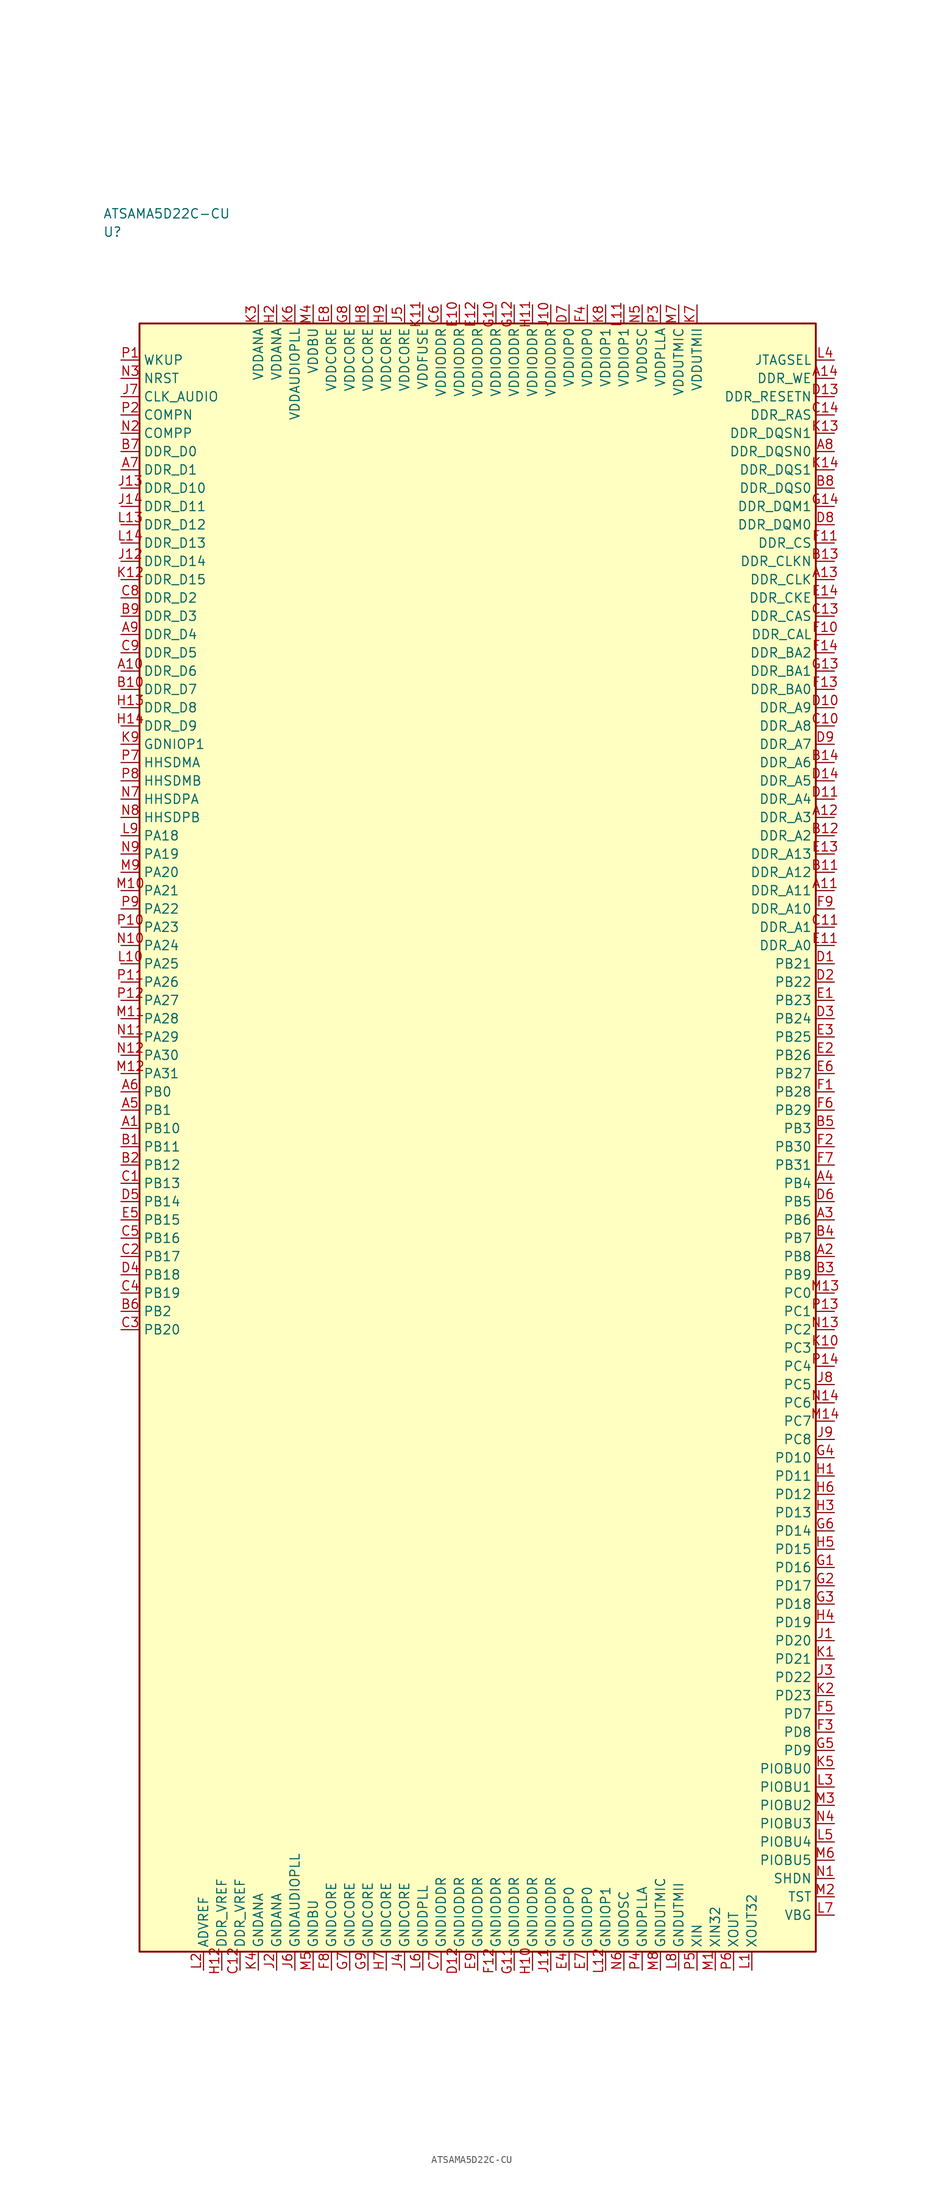
<source format=kicad_sym>
(kicad_symbol_lib
  (version 20241025)
  (generator "kicad_symbol_editor")
  (generator_version "8.0")
  (symbol "ATSAMA5D22C-CU"
    (property "Reference" "U"
      (at -51.25 123.75 0)
      (effects (font (size 1.27 1.27)) (justify left)))
    (property "Value" "ATSAMA5D22C-CU"
      (at -51.25 126.25 0)
      (effects (font (size 1.27 1.27)) (justify left)))
    (symbol "ATSAMA5D22C-CU_0_1"
      (rectangle (start -46.25 111.25) (end 46.25 -111.25) (stroke (width 0.254) (type default)) (fill (type background))))
    (symbol "ATSAMA5D22C-CU_1_1"
      (pin bidirectional line (at -48.79 41.25 0.0) (length 2.54) (name "PA18" (effects (font (size 1.27 1.27)))) (number "L9" (effects (font (size 1.27 1.27)))))
      (pin bidirectional line (at -48.79 38.75 0.0) (length 2.54) (name "PA19" (effects (font (size 1.27 1.27)))) (number "N9" (effects (font (size 1.27 1.27)))))
      (pin bidirectional line (at -48.79 36.25 0.0) (length 2.54) (name "PA20" (effects (font (size 1.27 1.27)))) (number "M9" (effects (font (size 1.27 1.27)))))
      (pin bidirectional line (at -48.79 33.75 0.0) (length 2.54) (name "PA21" (effects (font (size 1.27 1.27)))) (number "M10" (effects (font (size 1.27 1.27)))))
      (pin bidirectional line (at -48.79 31.25 0.0) (length 2.54) (name "PA22" (effects (font (size 1.27 1.27)))) (number "P9" (effects (font (size 1.27 1.27)))))
      (pin bidirectional line (at -48.79 28.75 0.0) (length 2.54) (name "PA23" (effects (font (size 1.27 1.27)))) (number "P10" (effects (font (size 1.27 1.27)))))
      (pin bidirectional line (at -48.79 26.25 0.0) (length 2.54) (name "PA24" (effects (font (size 1.27 1.27)))) (number "N10" (effects (font (size 1.27 1.27)))))
      (pin bidirectional line (at -48.79 23.75 0.0) (length 2.54) (name "PA25" (effects (font (size 1.27 1.27)))) (number "L10" (effects (font (size 1.27 1.27)))))
      (pin bidirectional line (at -48.79 21.25 0.0) (length 2.54) (name "PA26" (effects (font (size 1.27 1.27)))) (number "P11" (effects (font (size 1.27 1.27)))))
      (pin bidirectional line (at -48.79 18.75 0.0) (length 2.54) (name "PA27" (effects (font (size 1.27 1.27)))) (number "P12" (effects (font (size 1.27 1.27)))))
      (pin bidirectional line (at -48.79 16.25 0.0) (length 2.54) (name "PA28" (effects (font (size 1.27 1.27)))) (number "M11" (effects (font (size 1.27 1.27)))))
      (pin bidirectional line (at -48.79 13.75 0.0) (length 2.54) (name "PA29" (effects (font (size 1.27 1.27)))) (number "N11" (effects (font (size 1.27 1.27)))))
      (pin bidirectional line (at -48.79 11.25 0.0) (length 2.54) (name "PA30" (effects (font (size 1.27 1.27)))) (number "N12" (effects (font (size 1.27 1.27)))))
      (pin bidirectional line (at -48.79 8.75 0.0) (length 2.54) (name "PA31" (effects (font (size 1.27 1.27)))) (number "M12" (effects (font (size 1.27 1.27)))))
      (pin bidirectional line (at -48.79 6.25 0.0) (length 2.54) (name "PB0" (effects (font (size 1.27 1.27)))) (number "A6" (effects (font (size 1.27 1.27)))))
      (pin bidirectional line (at -48.79 3.75 0.0) (length 2.54) (name "PB1" (effects (font (size 1.27 1.27)))) (number "A5" (effects (font (size 1.27 1.27)))))
      (pin bidirectional line (at -48.79 -23.75 0.0) (length 2.54) (name "PB2" (effects (font (size 1.27 1.27)))) (number "B6" (effects (font (size 1.27 1.27)))))
      (pin bidirectional line (at 48.79 1.25 180.0) (length 2.54) (name "PB3" (effects (font (size 1.27 1.27)))) (number "B5" (effects (font (size 1.27 1.27)))))
      (pin bidirectional line (at 48.79 -6.25 180.0) (length 2.54) (name "PB4" (effects (font (size 1.27 1.27)))) (number "A4" (effects (font (size 1.27 1.27)))))
      (pin bidirectional line (at 48.79 -8.75 180.0) (length 2.54) (name "PB5" (effects (font (size 1.27 1.27)))) (number "D6" (effects (font (size 1.27 1.27)))))
      (pin bidirectional line (at 48.79 -11.25 180.0) (length 2.54) (name "PB6" (effects (font (size 1.27 1.27)))) (number "A3" (effects (font (size 1.27 1.27)))))
      (pin bidirectional line (at 48.79 -13.75 180.0) (length 2.54) (name "PB7" (effects (font (size 1.27 1.27)))) (number "B4" (effects (font (size 1.27 1.27)))))
      (pin bidirectional line (at 48.79 -16.25 180.0) (length 2.54) (name "PB8" (effects (font (size 1.27 1.27)))) (number "A2" (effects (font (size 1.27 1.27)))))
      (pin bidirectional line (at 48.79 -18.75 180.0) (length 2.54) (name "PB9" (effects (font (size 1.27 1.27)))) (number "B3" (effects (font (size 1.27 1.27)))))
      (pin bidirectional line (at -48.79 1.25 0.0) (length 2.54) (name "PB10" (effects (font (size 1.27 1.27)))) (number "A1" (effects (font (size 1.27 1.27)))))
      (pin bidirectional line (at -48.79 -1.25 0.0) (length 2.54) (name "PB11" (effects (font (size 1.27 1.27)))) (number "B1" (effects (font (size 1.27 1.27)))))
      (pin bidirectional line (at -48.79 -3.75 0.0) (length 2.54) (name "PB12" (effects (font (size 1.27 1.27)))) (number "B2" (effects (font (size 1.27 1.27)))))
      (pin bidirectional line (at -48.79 -6.25 0.0) (length 2.54) (name "PB13" (effects (font (size 1.27 1.27)))) (number "C1" (effects (font (size 1.27 1.27)))))
      (pin bidirectional line (at -48.79 -8.75 0.0) (length 2.54) (name "PB14" (effects (font (size 1.27 1.27)))) (number "D5" (effects (font (size 1.27 1.27)))))
      (pin bidirectional line (at -48.79 -11.25 0.0) (length 2.54) (name "PB15" (effects (font (size 1.27 1.27)))) (number "E5" (effects (font (size 1.27 1.27)))))
      (pin bidirectional line (at -48.79 -13.75 0.0) (length 2.54) (name "PB16" (effects (font (size 1.27 1.27)))) (number "C5" (effects (font (size 1.27 1.27)))))
      (pin bidirectional line (at -48.79 -16.25 0.0) (length 2.54) (name "PB17" (effects (font (size 1.27 1.27)))) (number "C2" (effects (font (size 1.27 1.27)))))
      (pin bidirectional line (at -48.79 -18.75 0.0) (length 2.54) (name "PB18" (effects (font (size 1.27 1.27)))) (number "D4" (effects (font (size 1.27 1.27)))))
      (pin bidirectional line (at -48.79 -21.25 0.0) (length 2.54) (name "PB19" (effects (font (size 1.27 1.27)))) (number "C4" (effects (font (size 1.27 1.27)))))
      (pin bidirectional line (at -48.79 -26.25 0.0) (length 2.54) (name "PB20" (effects (font (size 1.27 1.27)))) (number "C3" (effects (font (size 1.27 1.27)))))
      (pin bidirectional line (at 48.79 23.75 180.0) (length 2.54) (name "PB21" (effects (font (size 1.27 1.27)))) (number "D1" (effects (font (size 1.27 1.27)))))
      (pin bidirectional line (at 48.79 21.25 180.0) (length 2.54) (name "PB22" (effects (font (size 1.27 1.27)))) (number "D2" (effects (font (size 1.27 1.27)))))
      (pin bidirectional line (at 48.79 18.75 180.0) (length 2.54) (name "PB23" (effects (font (size 1.27 1.27)))) (number "E1" (effects (font (size 1.27 1.27)))))
      (pin bidirectional line (at 48.79 16.25 180.0) (length 2.54) (name "PB24" (effects (font (size 1.27 1.27)))) (number "D3" (effects (font (size 1.27 1.27)))))
      (pin bidirectional line (at 48.79 13.75 180.0) (length 2.54) (name "PB25" (effects (font (size 1.27 1.27)))) (number "E3" (effects (font (size 1.27 1.27)))))
      (pin bidirectional line (at 48.79 11.25 180.0) (length 2.54) (name "PB26" (effects (font (size 1.27 1.27)))) (number "E2" (effects (font (size 1.27 1.27)))))
      (pin bidirectional line (at 48.79 8.75 180.0) (length 2.54) (name "PB27" (effects (font (size 1.27 1.27)))) (number "E6" (effects (font (size 1.27 1.27)))))
      (pin bidirectional line (at 48.79 6.25 180.0) (length 2.54) (name "PB28" (effects (font (size 1.27 1.27)))) (number "F1" (effects (font (size 1.27 1.27)))))
      (pin bidirectional line (at 48.79 3.75 180.0) (length 2.54) (name "PB29" (effects (font (size 1.27 1.27)))) (number "F6" (effects (font (size 1.27 1.27)))))
      (pin bidirectional line (at 48.79 -1.25 180.0) (length 2.54) (name "PB30" (effects (font (size 1.27 1.27)))) (number "F2" (effects (font (size 1.27 1.27)))))
      (pin bidirectional line (at 48.79 -3.75 180.0) (length 2.54) (name "PB31" (effects (font (size 1.27 1.27)))) (number "F7" (effects (font (size 1.27 1.27)))))
      (pin bidirectional line (at 48.79 -21.25 180.0) (length 2.54) (name "PC0" (effects (font (size 1.27 1.27)))) (number "M13" (effects (font (size 1.27 1.27)))))
      (pin bidirectional line (at 48.79 -23.75 180.0) (length 2.54) (name "PC1" (effects (font (size 1.27 1.27)))) (number "P13" (effects (font (size 1.27 1.27)))))
      (pin bidirectional line (at 48.79 -26.25 180.0) (length 2.54) (name "PC2" (effects (font (size 1.27 1.27)))) (number "N13" (effects (font (size 1.27 1.27)))))
      (pin bidirectional line (at 48.79 -28.75 180.0) (length 2.54) (name "PC3" (effects (font (size 1.27 1.27)))) (number "K10" (effects (font (size 1.27 1.27)))))
      (pin bidirectional line (at 48.79 -31.25 180.0) (length 2.54) (name "PC4" (effects (font (size 1.27 1.27)))) (number "P14" (effects (font (size 1.27 1.27)))))
      (pin bidirectional line (at 48.79 -33.75 180.0) (length 2.54) (name "PC5" (effects (font (size 1.27 1.27)))) (number "J8" (effects (font (size 1.27 1.27)))))
      (pin bidirectional line (at 48.79 -36.25 180.0) (length 2.54) (name "PC6" (effects (font (size 1.27 1.27)))) (number "N14" (effects (font (size 1.27 1.27)))))
      (pin bidirectional line (at 48.79 -38.75 180.0) (length 2.54) (name "PC7" (effects (font (size 1.27 1.27)))) (number "M14" (effects (font (size 1.27 1.27)))))
      (pin bidirectional line (at 48.79 -41.25 180.0) (length 2.54) (name "PC8" (effects (font (size 1.27 1.27)))) (number "J9" (effects (font (size 1.27 1.27)))))
      (pin bidirectional line (at 48.79 -78.75 180.0) (length 2.54) (name "PD7" (effects (font (size 1.27 1.27)))) (number "F5" (effects (font (size 1.27 1.27)))))
      (pin bidirectional line (at 48.79 -81.25 180.0) (length 2.54) (name "PD8" (effects (font (size 1.27 1.27)))) (number "F3" (effects (font (size 1.27 1.27)))))
      (pin bidirectional line (at 48.79 -83.75 180.0) (length 2.54) (name "PD9" (effects (font (size 1.27 1.27)))) (number "G5" (effects (font (size 1.27 1.27)))))
      (pin bidirectional line (at 48.79 -43.75 180.0) (length 2.54) (name "PD10" (effects (font (size 1.27 1.27)))) (number "G4" (effects (font (size 1.27 1.27)))))
      (pin bidirectional line (at 48.79 -46.25 180.0) (length 2.54) (name "PD11" (effects (font (size 1.27 1.27)))) (number "H1" (effects (font (size 1.27 1.27)))))
      (pin bidirectional line (at 48.79 -48.75 180.0) (length 2.54) (name "PD12" (effects (font (size 1.27 1.27)))) (number "H6" (effects (font (size 1.27 1.27)))))
      (pin bidirectional line (at 48.79 -51.25 180.0) (length 2.54) (name "PD13" (effects (font (size 1.27 1.27)))) (number "H3" (effects (font (size 1.27 1.27)))))
      (pin bidirectional line (at 48.79 -53.75 180.0) (length 2.54) (name "PD14" (effects (font (size 1.27 1.27)))) (number "G6" (effects (font (size 1.27 1.27)))))
      (pin bidirectional line (at 48.79 -56.25 180.0) (length 2.54) (name "PD15" (effects (font (size 1.27 1.27)))) (number "H5" (effects (font (size 1.27 1.27)))))
      (pin bidirectional line (at 48.79 -58.75 180.0) (length 2.54) (name "PD16" (effects (font (size 1.27 1.27)))) (number "G1" (effects (font (size 1.27 1.27)))))
      (pin bidirectional line (at 48.79 -61.25 180.0) (length 2.54) (name "PD17" (effects (font (size 1.27 1.27)))) (number "G2" (effects (font (size 1.27 1.27)))))
      (pin bidirectional line (at 48.79 -63.75 180.0) (length 2.54) (name "PD18" (effects (font (size 1.27 1.27)))) (number "G3" (effects (font (size 1.27 1.27)))))
      (pin bidirectional line (at 48.79 -66.25 180.0) (length 2.54) (name "PD19" (effects (font (size 1.27 1.27)))) (number "H4" (effects (font (size 1.27 1.27)))))
      (pin bidirectional line (at 48.79 -68.75 180.0) (length 2.54) (name "PD20" (effects (font (size 1.27 1.27)))) (number "J1" (effects (font (size 1.27 1.27)))))
      (pin bidirectional line (at 48.79 -71.25 180.0) (length 2.54) (name "PD21" (effects (font (size 1.27 1.27)))) (number "K1" (effects (font (size 1.27 1.27)))))
      (pin bidirectional line (at 48.79 -73.75 180.0) (length 2.54) (name "PD22" (effects (font (size 1.27 1.27)))) (number "J3" (effects (font (size 1.27 1.27)))))
      (pin bidirectional line (at 48.79 -76.25 180.0) (length 2.54) (name "PD23" (effects (font (size 1.27 1.27)))) (number "K2" (effects (font (size 1.27 1.27)))))
      (pin power_in line (at -30.0 113.79 270.0) (length 2.54) (name "VDDANA" (effects (font (size 1.27 1.27)))) (number "K3" (effects (font (size 1.27 1.27)))))
      (pin passive line (at -30.0 -113.79 90.0) (length 2.54) (name "GNDANA" (effects (font (size 1.27 1.27)))) (number "K4" (effects (font (size 1.27 1.27)))))
      (pin passive line (at -37.5 -113.79 90.0) (length 2.54) (name "ADVREF" (effects (font (size 1.27 1.27)))) (number "L2" (effects (font (size 1.27 1.27)))))
      (pin power_in line (at -27.5 113.79 270.0) (length 2.54) (name "VDDANA" (effects (font (size 1.27 1.27)))) (number "H2" (effects (font (size 1.27 1.27)))))
      (pin passive line (at -27.5 -113.79 90.0) (length 2.54) (name "GNDANA" (effects (font (size 1.27 1.27)))) (number "J2" (effects (font (size 1.27 1.27)))))
      (pin passive line (at -35.0 -113.79 90.0) (length 2.54) (name "DDR_VREF" (effects (font (size 1.27 1.27)))) (number "H12" (effects (font (size 1.27 1.27)))))
      (pin passive line (at -32.5 -113.79 90.0) (length 2.54) (name "DDR_VREF" (effects (font (size 1.27 1.27)))) (number "C12" (effects (font (size 1.27 1.27)))))
      (pin bidirectional line (at -48.79 93.75 0.0) (length 2.54) (name "DDR_D0" (effects (font (size 1.27 1.27)))) (number "B7" (effects (font (size 1.27 1.27)))))
      (pin bidirectional line (at -48.79 91.25 0.0) (length 2.54) (name "DDR_D1" (effects (font (size 1.27 1.27)))) (number "A7" (effects (font (size 1.27 1.27)))))
      (pin bidirectional line (at -48.79 73.75 0.0) (length 2.54) (name "DDR_D2" (effects (font (size 1.27 1.27)))) (number "C8" (effects (font (size 1.27 1.27)))))
      (pin bidirectional line (at -48.79 71.25 0.0) (length 2.54) (name "DDR_D3" (effects (font (size 1.27 1.27)))) (number "B9" (effects (font (size 1.27 1.27)))))
      (pin bidirectional line (at -48.79 68.75 0.0) (length 2.54) (name "DDR_D4" (effects (font (size 1.27 1.27)))) (number "A9" (effects (font (size 1.27 1.27)))))
      (pin bidirectional line (at -48.79 66.25 0.0) (length 2.54) (name "DDR_D5" (effects (font (size 1.27 1.27)))) (number "C9" (effects (font (size 1.27 1.27)))))
      (pin bidirectional line (at -48.79 63.75 0.0) (length 2.54) (name "DDR_D6" (effects (font (size 1.27 1.27)))) (number "A10" (effects (font (size 1.27 1.27)))))
      (pin bidirectional line (at -48.79 61.25 0.0) (length 2.54) (name "DDR_D7" (effects (font (size 1.27 1.27)))) (number "B10" (effects (font (size 1.27 1.27)))))
      (pin bidirectional line (at -48.79 58.75 0.0) (length 2.54) (name "DDR_D8" (effects (font (size 1.27 1.27)))) (number "H13" (effects (font (size 1.27 1.27)))))
      (pin bidirectional line (at -48.79 56.25 0.0) (length 2.54) (name "DDR_D9" (effects (font (size 1.27 1.27)))) (number "H14" (effects (font (size 1.27 1.27)))))
      (pin bidirectional line (at -48.79 88.75 0.0) (length 2.54) (name "DDR_D10" (effects (font (size 1.27 1.27)))) (number "J13" (effects (font (size 1.27 1.27)))))
      (pin bidirectional line (at -48.79 86.25 0.0) (length 2.54) (name "DDR_D11" (effects (font (size 1.27 1.27)))) (number "J14" (effects (font (size 1.27 1.27)))))
      (pin bidirectional line (at -48.79 83.75 0.0) (length 2.54) (name "DDR_D12" (effects (font (size 1.27 1.27)))) (number "L13" (effects (font (size 1.27 1.27)))))
      (pin bidirectional line (at -48.79 81.25 0.0) (length 2.54) (name "DDR_D13" (effects (font (size 1.27 1.27)))) (number "L14" (effects (font (size 1.27 1.27)))))
      (pin bidirectional line (at -48.79 78.75 0.0) (length 2.54) (name "DDR_D14" (effects (font (size 1.27 1.27)))) (number "J12" (effects (font (size 1.27 1.27)))))
      (pin bidirectional line (at -48.79 76.25 0.0) (length 2.54) (name "DDR_D15" (effects (font (size 1.27 1.27)))) (number "K12" (effects (font (size 1.27 1.27)))))
      (pin output line (at 48.79 26.25 180.0) (length 2.54) (name "DDR_A0" (effects (font (size 1.27 1.27)))) (number "E11" (effects (font (size 1.27 1.27)))))
      (pin output line (at 48.79 28.75 180.0) (length 2.54) (name "DDR_A1" (effects (font (size 1.27 1.27)))) (number "C11" (effects (font (size 1.27 1.27)))))
      (pin output line (at 48.79 41.25 180.0) (length 2.54) (name "DDR_A2" (effects (font (size 1.27 1.27)))) (number "B12" (effects (font (size 1.27 1.27)))))
      (pin output line (at 48.79 43.75 180.0) (length 2.54) (name "DDR_A3" (effects (font (size 1.27 1.27)))) (number "A12" (effects (font (size 1.27 1.27)))))
      (pin output line (at 48.79 46.25 180.0) (length 2.54) (name "DDR_A4" (effects (font (size 1.27 1.27)))) (number "D11" (effects (font (size 1.27 1.27)))))
      (pin output line (at 48.79 48.75 180.0) (length 2.54) (name "DDR_A5" (effects (font (size 1.27 1.27)))) (number "D14" (effects (font (size 1.27 1.27)))))
      (pin output line (at 48.79 51.25 180.0) (length 2.54) (name "DDR_A6" (effects (font (size 1.27 1.27)))) (number "B14" (effects (font (size 1.27 1.27)))))
      (pin output line (at 48.79 53.75 180.0) (length 2.54) (name "DDR_A7" (effects (font (size 1.27 1.27)))) (number "D9" (effects (font (size 1.27 1.27)))))
      (pin output line (at 48.79 56.25 180.0) (length 2.54) (name "DDR_A8" (effects (font (size 1.27 1.27)))) (number "C10" (effects (font (size 1.27 1.27)))))
      (pin output line (at 48.79 58.75 180.0) (length 2.54) (name "DDR_A9" (effects (font (size 1.27 1.27)))) (number "D10" (effects (font (size 1.27 1.27)))))
      (pin output line (at 48.79 31.25 180.0) (length 2.54) (name "DDR_A10" (effects (font (size 1.27 1.27)))) (number "F9" (effects (font (size 1.27 1.27)))))
      (pin output line (at 48.79 33.75 180.0) (length 2.54) (name "DDR_A11" (effects (font (size 1.27 1.27)))) (number "A11" (effects (font (size 1.27 1.27)))))
      (pin output line (at 48.79 36.25 180.0) (length 2.54) (name "DDR_A12" (effects (font (size 1.27 1.27)))) (number "B11" (effects (font (size 1.27 1.27)))))
      (pin output line (at 48.79 38.75 180.0) (length 2.54) (name "DDR_A13" (effects (font (size 1.27 1.27)))) (number "E13" (effects (font (size 1.27 1.27)))))
      (pin output line (at 48.79 76.25 180.0) (length 2.54) (name "DDR_CLK" (effects (font (size 1.27 1.27)))) (number "A13" (effects (font (size 1.27 1.27)))))
      (pin output line (at 48.79 78.75 180.0) (length 2.54) (name "DDR_CLKN" (effects (font (size 1.27 1.27)))) (number "B13" (effects (font (size 1.27 1.27)))))
      (pin output line (at 48.79 73.75 180.0) (length 2.54) (name "DDR_CKE" (effects (font (size 1.27 1.27)))) (number "E14" (effects (font (size 1.27 1.27)))))
      (pin output line (at 48.79 101.25 180.0) (length 2.54) (name "DDR_RESETN" (effects (font (size 1.27 1.27)))) (number "D13" (effects (font (size 1.27 1.27)))))
      (pin output line (at 48.79 81.25 180.0) (length 2.54) (name "DDR_CS" (effects (font (size 1.27 1.27)))) (number "F11" (effects (font (size 1.27 1.27)))))
      (pin output line (at 48.79 103.75 180.0) (length 2.54) (name "DDR_WE" (effects (font (size 1.27 1.27)))) (number "A14" (effects (font (size 1.27 1.27)))))
      (pin output line (at 48.79 98.75 180.0) (length 2.54) (name "DDR_RAS" (effects (font (size 1.27 1.27)))) (number "C14" (effects (font (size 1.27 1.27)))))
      (pin output line (at 48.79 71.25 180.0) (length 2.54) (name "DDR_CAS" (effects (font (size 1.27 1.27)))) (number "C13" (effects (font (size 1.27 1.27)))))
      (pin output line (at 48.79 83.75 180.0) (length 2.54) (name "DDR_DQM0" (effects (font (size 1.27 1.27)))) (number "D8" (effects (font (size 1.27 1.27)))))
      (pin output line (at 48.79 86.25 180.0) (length 2.54) (name "DDR_DQM1" (effects (font (size 1.27 1.27)))) (number "G14" (effects (font (size 1.27 1.27)))))
      (pin output line (at 48.79 88.75 180.0) (length 2.54) (name "DDR_DQS0" (effects (font (size 1.27 1.27)))) (number "B8" (effects (font (size 1.27 1.27)))))
      (pin output line (at 48.79 91.25 180.0) (length 2.54) (name "DDR_DQS1" (effects (font (size 1.27 1.27)))) (number "K14" (effects (font (size 1.27 1.27)))))
      (pin output line (at 48.79 93.75 180.0) (length 2.54) (name "DDR_DQSN0" (effects (font (size 1.27 1.27)))) (number "A8" (effects (font (size 1.27 1.27)))))
      (pin output line (at 48.79 96.25 180.0) (length 2.54) (name "DDR_DQSN1" (effects (font (size 1.27 1.27)))) (number "K13" (effects (font (size 1.27 1.27)))))
      (pin output line (at 48.79 61.25 180.0) (length 2.54) (name "DDR_BA0" (effects (font (size 1.27 1.27)))) (number "F13" (effects (font (size 1.27 1.27)))))
      (pin output line (at 48.79 63.75 180.0) (length 2.54) (name "DDR_BA1" (effects (font (size 1.27 1.27)))) (number "G13" (effects (font (size 1.27 1.27)))))
      (pin output line (at 48.79 66.25 180.0) (length 2.54) (name "DDR_BA2" (effects (font (size 1.27 1.27)))) (number "F14" (effects (font (size 1.27 1.27)))))
      (pin output line (at 48.79 68.75 180.0) (length 2.54) (name "DDR_CAL" (effects (font (size 1.27 1.27)))) (number "F10" (effects (font (size 1.27 1.27)))))
      (pin power_in line (at -5.0 113.79 270.0) (length 2.54) (name "VDDIODDR" (effects (font (size 1.27 1.27)))) (number "C6" (effects (font (size 1.27 1.27)))))
      (pin power_in line (at -2.5 113.79 270.0) (length 2.54) (name "VDDIODDR" (effects (font (size 1.27 1.27)))) (number "E10" (effects (font (size 1.27 1.27)))))
      (pin power_in line (at 0.0 113.79 270.0) (length 2.54) (name "VDDIODDR" (effects (font (size 1.27 1.27)))) (number "E12" (effects (font (size 1.27 1.27)))))
      (pin power_in line (at 2.5 113.79 270.0) (length 2.54) (name "VDDIODDR" (effects (font (size 1.27 1.27)))) (number "G10" (effects (font (size 1.27 1.27)))))
      (pin power_in line (at 5.0 113.79 270.0) (length 2.54) (name "VDDIODDR" (effects (font (size 1.27 1.27)))) (number "G12" (effects (font (size 1.27 1.27)))))
      (pin power_in line (at 7.5 113.79 270.0) (length 2.54) (name "VDDIODDR" (effects (font (size 1.27 1.27)))) (number "H11" (effects (font (size 1.27 1.27)))))
      (pin power_in line (at 10.0 113.79 270.0) (length 2.54) (name "VDDIODDR" (effects (font (size 1.27 1.27)))) (number "J10" (effects (font (size 1.27 1.27)))))
      (pin passive line (at -5.0 -113.79 90.0) (length 2.54) (name "GNDIODDR" (effects (font (size 1.27 1.27)))) (number "C7" (effects (font (size 1.27 1.27)))))
      (pin passive line (at -2.5 -113.79 90.0) (length 2.54) (name "GNDIODDR" (effects (font (size 1.27 1.27)))) (number "D12" (effects (font (size 1.27 1.27)))))
      (pin passive line (at 0.0 -113.79 90.0) (length 2.54) (name "GNDIODDR" (effects (font (size 1.27 1.27)))) (number "E9" (effects (font (size 1.27 1.27)))))
      (pin passive line (at 2.5 -113.79 90.0) (length 2.54) (name "GNDIODDR" (effects (font (size 1.27 1.27)))) (number "F12" (effects (font (size 1.27 1.27)))))
      (pin passive line (at 5.0 -113.79 90.0) (length 2.54) (name "GNDIODDR" (effects (font (size 1.27 1.27)))) (number "G11" (effects (font (size 1.27 1.27)))))
      (pin passive line (at 7.5 -113.79 90.0) (length 2.54) (name "GNDIODDR" (effects (font (size 1.27 1.27)))) (number "H10" (effects (font (size 1.27 1.27)))))
      (pin passive line (at 10.0 -113.79 90.0) (length 2.54) (name "GNDIODDR" (effects (font (size 1.27 1.27)))) (number "J11" (effects (font (size 1.27 1.27)))))
      (pin power_in line (at -20.0 113.79 270.0) (length 2.54) (name "VDDCORE" (effects (font (size 1.27 1.27)))) (number "E8" (effects (font (size 1.27 1.27)))))
      (pin power_in line (at -17.5 113.79 270.0) (length 2.54) (name "VDDCORE" (effects (font (size 1.27 1.27)))) (number "G8" (effects (font (size 1.27 1.27)))))
      (pin power_in line (at -15.0 113.79 270.0) (length 2.54) (name "VDDCORE" (effects (font (size 1.27 1.27)))) (number "H8" (effects (font (size 1.27 1.27)))))
      (pin power_in line (at -12.5 113.79 270.0) (length 2.54) (name "VDDCORE" (effects (font (size 1.27 1.27)))) (number "H9" (effects (font (size 1.27 1.27)))))
      (pin power_in line (at -10.0 113.79 270.0) (length 2.54) (name "VDDCORE" (effects (font (size 1.27 1.27)))) (number "J5" (effects (font (size 1.27 1.27)))))
      (pin passive line (at -20.0 -113.79 90.0) (length 2.54) (name "GNDCORE" (effects (font (size 1.27 1.27)))) (number "F8" (effects (font (size 1.27 1.27)))))
      (pin passive line (at -17.5 -113.79 90.0) (length 2.54) (name "GNDCORE" (effects (font (size 1.27 1.27)))) (number "G7" (effects (font (size 1.27 1.27)))))
      (pin passive line (at -15.0 -113.79 90.0) (length 2.54) (name "GNDCORE" (effects (font (size 1.27 1.27)))) (number "G9" (effects (font (size 1.27 1.27)))))
      (pin passive line (at -12.5 -113.79 90.0) (length 2.54) (name "GNDCORE" (effects (font (size 1.27 1.27)))) (number "H7" (effects (font (size 1.27 1.27)))))
      (pin passive line (at -10.0 -113.79 90.0) (length 2.54) (name "GNDCORE" (effects (font (size 1.27 1.27)))) (number "J4" (effects (font (size 1.27 1.27)))))
      (pin power_in line (at 12.5 113.79 270.0) (length 2.54) (name "VDDIOP0" (effects (font (size 1.27 1.27)))) (number "D7" (effects (font (size 1.27 1.27)))))
      (pin power_in line (at 15.0 113.79 270.0) (length 2.54) (name "VDDIOP0" (effects (font (size 1.27 1.27)))) (number "F4" (effects (font (size 1.27 1.27)))))
      (pin passive line (at 12.5 -113.79 90.0) (length 2.54) (name "GNDIOP0" (effects (font (size 1.27 1.27)))) (number "E4" (effects (font (size 1.27 1.27)))))
      (pin passive line (at 15.0 -113.79 90.0) (length 2.54) (name "GNDIOP0" (effects (font (size 1.27 1.27)))) (number "E7" (effects (font (size 1.27 1.27)))))
      (pin power_in line (at 17.5 113.79 270.0) (length 2.54) (name "VDDIOP1" (effects (font (size 1.27 1.27)))) (number "K8" (effects (font (size 1.27 1.27)))))
      (pin power_in line (at 20.0 113.79 270.0) (length 2.54) (name "VDDIOP1" (effects (font (size 1.27 1.27)))) (number "L11" (effects (font (size 1.27 1.27)))))
      (pin bidirectional line (at -48.79 53.75 0.0) (length 2.54) (name "GDNIOP1" (effects (font (size 1.27 1.27)))) (number "K9" (effects (font (size 1.27 1.27)))))
      (pin passive line (at 17.5 -113.79 90.0) (length 2.54) (name "GNDIOP1" (effects (font (size 1.27 1.27)))) (number "L12" (effects (font (size 1.27 1.27)))))
      (pin power_in line (at -7.5 113.79 270.0) (length 2.54) (name "VDDFUSE" (effects (font (size 1.27 1.27)))) (number "K11" (effects (font (size 1.27 1.27)))))
      (pin power_in line (at 25.0 113.79 270.0) (length 2.54) (name "VDDPLLA" (effects (font (size 1.27 1.27)))) (number "P3" (effects (font (size 1.27 1.27)))))
      (pin passive line (at 22.5 -113.79 90.0) (length 2.54) (name "GNDPLLA" (effects (font (size 1.27 1.27)))) (number "P4" (effects (font (size 1.27 1.27)))))
      (pin power_in line (at -25.0 113.79 270.0) (length 2.54) (name "VDDAUDIOPLL" (effects (font (size 1.27 1.27)))) (number "K6" (effects (font (size 1.27 1.27)))))
      (pin passive line (at -7.5 -113.79 90.0) (length 2.54) (name "GNDDPLL" (effects (font (size 1.27 1.27)))) (number "L6" (effects (font (size 1.27 1.27)))))
      (pin passive line (at -25.0 -113.79 90.0) (length 2.54) (name "GNDAUDIOPLL" (effects (font (size 1.27 1.27)))) (number "J6" (effects (font (size 1.27 1.27)))))
      (pin bidirectional line (at -48.79 101.25 0.0) (length 2.54) (name "CLK_AUDIO" (effects (font (size 1.27 1.27)))) (number "J7" (effects (font (size 1.27 1.27)))))
      (pin passive line (at 30.0 -113.79 90.0) (length 2.54) (name "XIN" (effects (font (size 1.27 1.27)))) (number "P5" (effects (font (size 1.27 1.27)))))
      (pin passive line (at 35.0 -113.79 90.0) (length 2.54) (name "XOUT" (effects (font (size 1.27 1.27)))) (number "P6" (effects (font (size 1.27 1.27)))))
      (pin power_in line (at 22.5 113.79 270.0) (length 2.54) (name "VDDOSC" (effects (font (size 1.27 1.27)))) (number "N5" (effects (font (size 1.27 1.27)))))
      (pin passive line (at 20.0 -113.79 90.0) (length 2.54) (name "GNDOSC" (effects (font (size 1.27 1.27)))) (number "N6" (effects (font (size 1.27 1.27)))))
      (pin power_in line (at 30.0 113.79 270.0) (length 2.54) (name "VDDUTMII" (effects (font (size 1.27 1.27)))) (number "K7" (effects (font (size 1.27 1.27)))))
      (pin passive line (at 27.5 -113.79 90.0) (length 2.54) (name "GNDUTMII" (effects (font (size 1.27 1.27)))) (number "L8" (effects (font (size 1.27 1.27)))))
      (pin bidirectional line (at -48.79 46.25 0.0) (length 2.54) (name "HHSDPA" (effects (font (size 1.27 1.27)))) (number "N7" (effects (font (size 1.27 1.27)))))
      (pin bidirectional line (at -48.79 51.25 0.0) (length 2.54) (name "HHSDMA" (effects (font (size 1.27 1.27)))) (number "P7" (effects (font (size 1.27 1.27)))))
      (pin bidirectional line (at -48.79 43.75 0.0) (length 2.54) (name "HHSDPB" (effects (font (size 1.27 1.27)))) (number "N8" (effects (font (size 1.27 1.27)))))
      (pin bidirectional line (at -48.79 48.75 0.0) (length 2.54) (name "HHSDMB" (effects (font (size 1.27 1.27)))) (number "P8" (effects (font (size 1.27 1.27)))))
      (pin power_in line (at 27.5 113.79 270.0) (length 2.54) (name "VDDUTMIC" (effects (font (size 1.27 1.27)))) (number "M7" (effects (font (size 1.27 1.27)))))
      (pin passive line (at 25.0 -113.79 90.0) (length 2.54) (name "GNDUTMIC" (effects (font (size 1.27 1.27)))) (number "M8" (effects (font (size 1.27 1.27)))))
      (pin bidirectional line (at 48.79 -106.25 180.0) (length 2.54) (name "VBG" (effects (font (size 1.27 1.27)))) (number "L7" (effects (font (size 1.27 1.27)))))
      (pin bidirectional line (at 48.79 -103.75 180.0) (length 2.54) (name "TST" (effects (font (size 1.27 1.27)))) (number "M2" (effects (font (size 1.27 1.27)))))
      (pin input line (at -48.79 103.75 0.0) (length 2.54) (name "NRST" (effects (font (size 1.27 1.27)))) (number "N3" (effects (font (size 1.27 1.27)))))
      (pin output line (at 48.79 106.25 180.0) (length 2.54) (name "JTAGSEL" (effects (font (size 1.27 1.27)))) (number "L4" (effects (font (size 1.27 1.27)))))
      (pin input line (at -48.79 106.25 0.0) (length 2.54) (name "WKUP" (effects (font (size 1.27 1.27)))) (number "P1" (effects (font (size 1.27 1.27)))))
      (pin bidirectional line (at 48.79 -101.25 180.0) (length 2.54) (name "SHDN" (effects (font (size 1.27 1.27)))) (number "N1" (effects (font (size 1.27 1.27)))))
      (pin bidirectional line (at 48.79 -86.25 180.0) (length 2.54) (name "PIOBU0" (effects (font (size 1.27 1.27)))) (number "K5" (effects (font (size 1.27 1.27)))))
      (pin bidirectional line (at 48.79 -88.75 180.0) (length 2.54) (name "PIOBU1" (effects (font (size 1.27 1.27)))) (number "L3" (effects (font (size 1.27 1.27)))))
      (pin bidirectional line (at 48.79 -91.25 180.0) (length 2.54) (name "PIOBU2" (effects (font (size 1.27 1.27)))) (number "M3" (effects (font (size 1.27 1.27)))))
      (pin bidirectional line (at 48.79 -93.75 180.0) (length 2.54) (name "PIOBU3" (effects (font (size 1.27 1.27)))) (number "N4" (effects (font (size 1.27 1.27)))))
      (pin bidirectional line (at 48.79 -96.25 180.0) (length 2.54) (name "PIOBU4" (effects (font (size 1.27 1.27)))) (number "L5" (effects (font (size 1.27 1.27)))))
      (pin bidirectional line (at 48.79 -98.75 180.0) (length 2.54) (name "PIOBU5" (effects (font (size 1.27 1.27)))) (number "M6" (effects (font (size 1.27 1.27)))))
      (pin power_in line (at -22.5 113.79 270.0) (length 2.54) (name "VDDBU" (effects (font (size 1.27 1.27)))) (number "M4" (effects (font (size 1.27 1.27)))))
      (pin passive line (at -22.5 -113.79 90.0) (length 2.54) (name "GNDBU" (effects (font (size 1.27 1.27)))) (number "M5" (effects (font (size 1.27 1.27)))))
      (pin passive line (at 32.5 -113.79 90.0) (length 2.54) (name "XIN32" (effects (font (size 1.27 1.27)))) (number "M1" (effects (font (size 1.27 1.27)))))
      (pin passive line (at 37.5 -113.79 90.0) (length 2.54) (name "XOUT32" (effects (font (size 1.27 1.27)))) (number "L1" (effects (font (size 1.27 1.27)))))
      (pin bidirectional line (at -48.79 96.25 0.0) (length 2.54) (name "COMPP" (effects (font (size 1.27 1.27)))) (number "N2" (effects (font (size 1.27 1.27)))))
      (pin bidirectional line (at -48.79 98.75 0.0) (length 2.54) (name "COMPN" (effects (font (size 1.27 1.27)))) (number "P2" (effects (font (size 1.27 1.27))))))))
</source>
